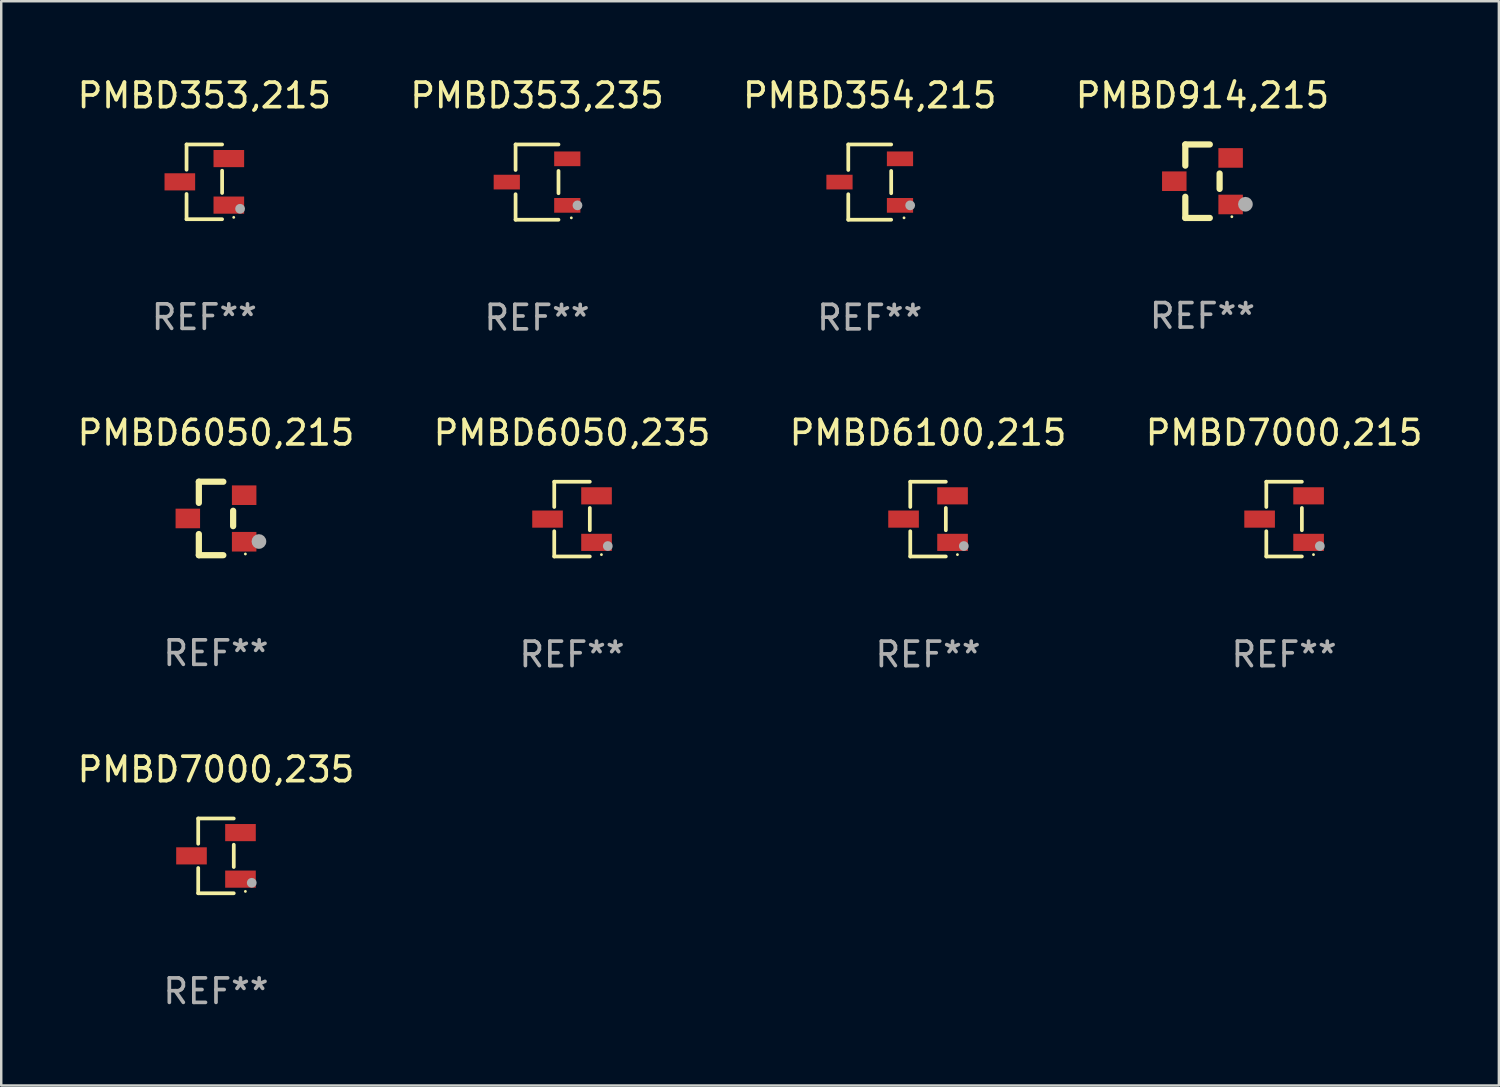
<source format=kicad_pcb>
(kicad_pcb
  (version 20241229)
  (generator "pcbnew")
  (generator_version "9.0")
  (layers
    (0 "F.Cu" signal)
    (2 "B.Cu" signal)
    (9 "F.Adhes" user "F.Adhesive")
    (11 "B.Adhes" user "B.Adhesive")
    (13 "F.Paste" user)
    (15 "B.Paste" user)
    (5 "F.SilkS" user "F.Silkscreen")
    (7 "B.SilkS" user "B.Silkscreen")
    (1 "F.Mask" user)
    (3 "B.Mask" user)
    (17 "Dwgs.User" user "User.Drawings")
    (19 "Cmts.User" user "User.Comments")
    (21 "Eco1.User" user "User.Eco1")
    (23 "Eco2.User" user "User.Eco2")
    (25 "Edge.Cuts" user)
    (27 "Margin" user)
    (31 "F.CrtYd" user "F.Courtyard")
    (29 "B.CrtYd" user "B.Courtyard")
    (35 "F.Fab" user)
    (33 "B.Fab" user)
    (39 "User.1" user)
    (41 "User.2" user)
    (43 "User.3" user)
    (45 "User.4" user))
  (footprint "PMBD6100,215"
    (layer "F.Cu")
    (at 34.839 18.143)
    (property "Reference" "PMBD6100,215" (at 0 -3.526 0) (layer "F.SilkS") (effects (font (size 1 1) (thickness 0.15))))
    (attr through_hole)
    (fp_line (start -0.726 -1.526) (end -0.726 -0.495) (stroke (width 0.152) (type solid)) (layer "F.SilkS"))
    (fp_line (start -0.726 1.526) (end -0.726 0.495) (stroke (width 0.152) (type solid)) (layer "F.SilkS"))
    (fp_line (start 0.726 -1.526) (end -0.726 -1.526) (stroke (width 0.152) (type solid)) (layer "F.SilkS"))
    (fp_line (start 0.726 -0.455) (end 0.726 0.455) (stroke (width 0.152) (type solid)) (layer "F.SilkS"))
    (fp_line (start 0.726 1.526) (end -0.726 1.526) (stroke (width 0.152) (type solid)) (layer "F.SilkS"))
    (fp_circle (center 1.2 1.45) (end 1.23 1.45) (stroke (width 0.06) (type solid)) (fill no) (layer "F.SilkS"))
    (fp_circle (center 1.46 1.1) (end 1.56 1.1) (stroke (width 0.2) (type solid)) (fill no) (layer "F.Fab"))
    (fp_text user "REF**" (at 0 5.526 0) (layer "F.Fab") (effects (font (size 1 1) (thickness 0.15))))
    (pad "1" smd rect (at 1 0.95) (size 1.25 0.7) (layers "F.Cu" "F.Mask" "F.Paste"))
    (pad "2" smd rect (at 1 -0.95) (size 1.25 0.7) (layers "F.Cu" "F.Mask" "F.Paste"))
    (pad "3" smd rect (at -1 0) (size 1.25 0.7) (layers "F.Cu" "F.Mask" "F.Paste")))
  (footprint "PMBD353,215"
    (layer "F.Cu")
    (at 5.292 4.374)
    (property "Reference" "PMBD353,215" (at 0 -3.526 0) (layer "F.SilkS") (effects (font (size 1 1) (thickness 0.15))))
    (attr through_hole)
    (fp_line (start -0.726 -1.526) (end -0.726 -0.495) (stroke (width 0.152) (type solid)) (layer "F.SilkS"))
    (fp_line (start -0.726 1.526) (end -0.726 0.495) (stroke (width 0.152) (type solid)) (layer "F.SilkS"))
    (fp_line (start 0.726 -1.526) (end -0.726 -1.526) (stroke (width 0.152) (type solid)) (layer "F.SilkS"))
    (fp_line (start 0.726 -0.455) (end 0.726 0.455) (stroke (width 0.152) (type solid)) (layer "F.SilkS"))
    (fp_line (start 0.726 1.526) (end -0.726 1.526) (stroke (width 0.152) (type solid)) (layer "F.SilkS"))
    (fp_circle (center 1.2 1.45) (end 1.23 1.45) (stroke (width 0.06) (type solid)) (fill no) (layer "F.SilkS"))
    (fp_circle (center 1.46 1.1) (end 1.56 1.1) (stroke (width 0.2) (type solid)) (fill no) (layer "F.Fab"))
    (fp_text user "REF**" (at 0 5.526 0) (layer "F.Fab") (effects (font (size 1 1) (thickness 0.15))))
    (pad "1" smd rect (at 1 0.95) (size 1.25 0.7) (layers "F.Cu" "F.Mask" "F.Paste"))
    (pad "2" smd rect (at 1 -0.95) (size 1.25 0.7) (layers "F.Cu" "F.Mask" "F.Paste"))
    (pad "3" smd rect (at -1 0) (size 1.25 0.7) (layers "F.Cu" "F.Mask" "F.Paste")))
  (footprint "PMBD354,215"
    (layer "F.Cu")
    (at 32.458 4.384)
    (property "Reference" "PMBD354,215" (at 0 -3.536 0) (layer "F.SilkS") (effects (font (size 1 1) (thickness 0.15))))
    (attr through_hole)
    (fp_line (start -0.876 -1.536) (end -0.876 -0.495) (stroke (width 0.152) (type solid)) (layer "F.SilkS"))
    (fp_line (start -0.876 1.536) (end -0.876 0.495) (stroke (width 0.152) (type solid)) (layer "F.SilkS"))
    (fp_line (start 0.876 -1.536) (end -0.876 -1.536) (stroke (width 0.152) (type solid)) (layer "F.SilkS"))
    (fp_line (start 0.876 -0.455) (end 0.876 0.455) (stroke (width 0.152) (type solid)) (layer "F.SilkS"))
    (fp_line (start 0.876 1.536) (end -0.876 1.536) (stroke (width 0.152) (type solid)) (layer "F.SilkS"))
    (fp_circle (center 1.4 1.46) (end 1.43 1.46) (stroke (width 0.06) (type solid)) (fill no) (layer "F.SilkS"))
    (fp_circle (center 1.651 0.95) (end 1.751 0.95) (stroke (width 0.2) (type solid)) (fill no) (layer "F.Fab"))
    (fp_text user "REF**" (at 0 5.536 0) (layer "F.Fab") (effects (font (size 1 1) (thickness 0.15))))
    (pad "1" smd rect (at 1.235 0.95) (size 1.07 0.6) (layers "F.Cu" "F.Mask" "F.Paste"))
    (pad "2" smd rect (at 1.235 -0.95) (size 1.07 0.6) (layers "F.Cu" "F.Mask" "F.Paste"))
    (pad "3" smd rect (at -1.235 0) (size 1.07 0.6) (layers "F.Cu" "F.Mask" "F.Paste")))
  (footprint "PMBD7000,235"
    (layer "F.Cu")
    (at 5.768 31.892)
    (property "Reference" "PMBD7000,235" (at 0 -3.526 0) (layer "F.SilkS") (effects (font (size 1 1) (thickness 0.15))))
    (attr through_hole)
    (fp_line (start -0.726 -1.526) (end -0.726 -0.495) (stroke (width 0.152) (type solid)) (layer "F.SilkS"))
    (fp_line (start -0.726 1.526) (end -0.726 0.495) (stroke (width 0.152) (type solid)) (layer "F.SilkS"))
    (fp_line (start 0.726 -1.526) (end -0.726 -1.526) (stroke (width 0.152) (type solid)) (layer "F.SilkS"))
    (fp_line (start 0.726 -0.455) (end 0.726 0.455) (stroke (width 0.152) (type solid)) (layer "F.SilkS"))
    (fp_line (start 0.726 1.526) (end -0.726 1.526) (stroke (width 0.152) (type solid)) (layer "F.SilkS"))
    (fp_circle (center 1.2 1.45) (end 1.23 1.45) (stroke (width 0.06) (type solid)) (fill no) (layer "F.SilkS"))
    (fp_circle (center 1.46 1.1) (end 1.56 1.1) (stroke (width 0.2) (type solid)) (fill no) (layer "F.Fab"))
    (fp_text user "REF**" (at 0 5.526 0) (layer "F.Fab") (effects (font (size 1 1) (thickness 0.15))))
    (pad "1" smd rect (at 1 0.95) (size 1.25 0.7) (layers "F.Cu" "F.Mask" "F.Paste"))
    (pad "2" smd rect (at 1 -0.95) (size 1.25 0.7) (layers "F.Cu" "F.Mask" "F.Paste"))
    (pad "3" smd rect (at -1 0) (size 1.25 0.7) (layers "F.Cu" "F.Mask" "F.Paste")))
  (footprint "PMBD914,215"
    (layer "F.Cu")
    (at 46.042 4.348)
    (property "Reference" "PMBD914,215" (at 0 -3.5 0) (layer "F.SilkS") (effects (font (size 1 1) (thickness 0.15))))
    (attr through_hole)
    (fp_line (start -0.7 -1.5) (end 0.3 -1.5) (stroke (width 0.254) (type solid)) (layer "F.SilkS"))
    (fp_line (start -0.7 -0.636) (end -0.7 -1.5) (stroke (width 0.254) (type solid)) (layer "F.SilkS"))
    (fp_line (start -0.7 1.5) (end -0.7 0.636) (stroke (width 0.254) (type solid)) (layer "F.SilkS"))
    (fp_line (start -0.7 1.5) (end 0.3 1.5) (stroke (width 0.254) (type solid)) (layer "F.SilkS"))
    (fp_line (start 0.7 0.314) (end 0.7 -0.314) (stroke (width 0.254) (type solid)) (layer "F.SilkS"))
    (fp_circle (center 1.2 1.45) (end 1.23 1.45) (stroke (width 0.06) (type solid)) (fill no) (layer "F.SilkS"))
    (fp_circle (center 1.753 0.94) (end 1.903 0.94) (stroke (width 0.3) (type solid)) (fill no) (layer "F.Fab"))
    (fp_text user "REF**" (at 0 5.5 0) (layer "F.Fab") (effects (font (size 1 1) (thickness 0.15))))
    (pad "1" smd rect (at 1.15 0.95 180) (size 1 0.8) (layers "F.Cu" "F.Mask" "F.Paste"))
    (pad "2" smd rect (at 1.15 -0.95 180) (size 1 0.8) (layers "F.Cu" "F.Mask" "F.Paste"))
    (pad "3" smd rect (at -1.15 -0.000051 180) (size 1 0.8) (layers "F.Cu" "F.Mask" "F.Paste")))
  (footprint "PMBD353,235"
    (layer "F.Cu")
    (at 18.875 4.384)
    (property "Reference" "PMBD353,235" (at 0 -3.536 0) (layer "F.SilkS") (effects (font (size 1 1) (thickness 0.15))))
    (attr through_hole)
    (fp_line (start -0.876 -1.536) (end -0.876 -0.495) (stroke (width 0.152) (type solid)) (layer "F.SilkS"))
    (fp_line (start -0.876 1.536) (end -0.876 0.495) (stroke (width 0.152) (type solid)) (layer "F.SilkS"))
    (fp_line (start 0.876 -1.536) (end -0.876 -1.536) (stroke (width 0.152) (type solid)) (layer "F.SilkS"))
    (fp_line (start 0.876 -0.455) (end 0.876 0.455) (stroke (width 0.152) (type solid)) (layer "F.SilkS"))
    (fp_line (start 0.876 1.536) (end -0.876 1.536) (stroke (width 0.152) (type solid)) (layer "F.SilkS"))
    (fp_circle (center 1.4 1.46) (end 1.43 1.46) (stroke (width 0.06) (type solid)) (fill no) (layer "F.SilkS"))
    (fp_circle (center 1.651 0.95) (end 1.751 0.95) (stroke (width 0.2) (type solid)) (fill no) (layer "F.Fab"))
    (fp_text user "REF**" (at 0 5.536 0) (layer "F.Fab") (effects (font (size 1 1) (thickness 0.15))))
    (pad "1" smd rect (at 1.235 0.95) (size 1.07 0.6) (layers "F.Cu" "F.Mask" "F.Paste"))
    (pad "2" smd rect (at 1.235 -0.95) (size 1.07 0.6) (layers "F.Cu" "F.Mask" "F.Paste"))
    (pad "3" smd rect (at -1.235 0) (size 1.07 0.6) (layers "F.Cu" "F.Mask" "F.Paste")))
  (footprint "PMBD6050,235"
    (layer "F.Cu")
    (at 20.304 18.143)
    (property "Reference" "PMBD6050,235" (at 0 -3.526 0) (layer "F.SilkS") (effects (font (size 1 1) (thickness 0.15))))
    (attr through_hole)
    (fp_line (start -0.726 -1.526) (end -0.726 -0.495) (stroke (width 0.152) (type solid)) (layer "F.SilkS"))
    (fp_line (start -0.726 1.526) (end -0.726 0.495) (stroke (width 0.152) (type solid)) (layer "F.SilkS"))
    (fp_line (start 0.726 -1.526) (end -0.726 -1.526) (stroke (width 0.152) (type solid)) (layer "F.SilkS"))
    (fp_line (start 0.726 -0.455) (end 0.726 0.455) (stroke (width 0.152) (type solid)) (layer "F.SilkS"))
    (fp_line (start 0.726 1.526) (end -0.726 1.526) (stroke (width 0.152) (type solid)) (layer "F.SilkS"))
    (fp_circle (center 1.2 1.45) (end 1.23 1.45) (stroke (width 0.06) (type solid)) (fill no) (layer "F.SilkS"))
    (fp_circle (center 1.46 1.1) (end 1.56 1.1) (stroke (width 0.2) (type solid)) (fill no) (layer "F.Fab"))
    (fp_text user "REF**" (at 0 5.526 0) (layer "F.Fab") (effects (font (size 1 1) (thickness 0.15))))
    (pad "1" smd rect (at 1 0.95) (size 1.25 0.7) (layers "F.Cu" "F.Mask" "F.Paste"))
    (pad "2" smd rect (at 1 -0.95) (size 1.25 0.7) (layers "F.Cu" "F.Mask" "F.Paste"))
    (pad "3" smd rect (at -1 0) (size 1.25 0.7) (layers "F.Cu" "F.Mask" "F.Paste")))
  (footprint "PMBD6050,215"
    (layer "F.Cu")
    (at 5.768 18.117)
    (property "Reference" "PMBD6050,215" (at 0 -3.5 0) (layer "F.SilkS") (effects (font (size 1 1) (thickness 0.15))))
    (attr through_hole)
    (fp_line (start -0.7 -1.5) (end 0.3 -1.5) (stroke (width 0.254) (type solid)) (layer "F.SilkS"))
    (fp_line (start -0.7 -0.636) (end -0.7 -1.5) (stroke (width 0.254) (type solid)) (layer "F.SilkS"))
    (fp_line (start -0.7 1.5) (end -0.7 0.636) (stroke (width 0.254) (type solid)) (layer "F.SilkS"))
    (fp_line (start -0.7 1.5) (end 0.3 1.5) (stroke (width 0.254) (type solid)) (layer "F.SilkS"))
    (fp_line (start 0.7 0.314) (end 0.7 -0.314) (stroke (width 0.254) (type solid)) (layer "F.SilkS"))
    (fp_circle (center 1.2 1.45) (end 1.23 1.45) (stroke (width 0.06) (type solid)) (fill no) (layer "F.SilkS"))
    (fp_circle (center 1.753 0.94) (end 1.903 0.94) (stroke (width 0.3) (type solid)) (fill no) (layer "F.Fab"))
    (fp_text user "REF**" (at 0 5.5 0) (layer "F.Fab") (effects (font (size 1 1) (thickness 0.15))))
    (pad "1" smd rect (at 1.15 0.95 180) (size 1 0.8) (layers "F.Cu" "F.Mask" "F.Paste"))
    (pad "2" smd rect (at 1.15 -0.95 180) (size 1 0.8) (layers "F.Cu" "F.Mask" "F.Paste"))
    (pad "3" smd rect (at -1.15 -0.000051 180) (size 1 0.8) (layers "F.Cu" "F.Mask" "F.Paste")))
  (footprint "PMBD7000,215"
    (layer "F.Cu")
    (at 49.375 18.143)
    (property "Reference" "PMBD7000,215" (at 0 -3.526 0) (layer "F.SilkS") (effects (font (size 1 1) (thickness 0.15))))
    (attr through_hole)
    (fp_line (start -0.726 -1.526) (end -0.726 -0.495) (stroke (width 0.152) (type solid)) (layer "F.SilkS"))
    (fp_line (start -0.726 1.526) (end -0.726 0.495) (stroke (width 0.152) (type solid)) (layer "F.SilkS"))
    (fp_line (start 0.726 -1.526) (end -0.726 -1.526) (stroke (width 0.152) (type solid)) (layer "F.SilkS"))
    (fp_line (start 0.726 -0.455) (end 0.726 0.455) (stroke (width 0.152) (type solid)) (layer "F.SilkS"))
    (fp_line (start 0.726 1.526) (end -0.726 1.526) (stroke (width 0.152) (type solid)) (layer "F.SilkS"))
    (fp_circle (center 1.2 1.45) (end 1.23 1.45) (stroke (width 0.06) (type solid)) (fill no) (layer "F.SilkS"))
    (fp_circle (center 1.46 1.1) (end 1.56 1.1) (stroke (width 0.2) (type solid)) (fill no) (layer "F.Fab"))
    (fp_text user "REF**" (at 0 5.526 0) (layer "F.Fab") (effects (font (size 1 1) (thickness 0.15))))
    (pad "1" smd rect (at 1 0.95) (size 1.25 0.7) (layers "F.Cu" "F.Mask" "F.Paste"))
    (pad "2" smd rect (at 1 -0.95) (size 1.25 0.7) (layers "F.Cu" "F.Mask" "F.Paste"))
    (pad "3" smd rect (at -1 0) (size 1.25 0.7) (layers "F.Cu" "F.Mask" "F.Paste")))
  (gr_rect
    (start -3 -3)
    (end 58.143 41.267)
    (stroke (width 0.1) (type default))
    (fill no)
    (layer "Edge.Cuts")))
</source>
